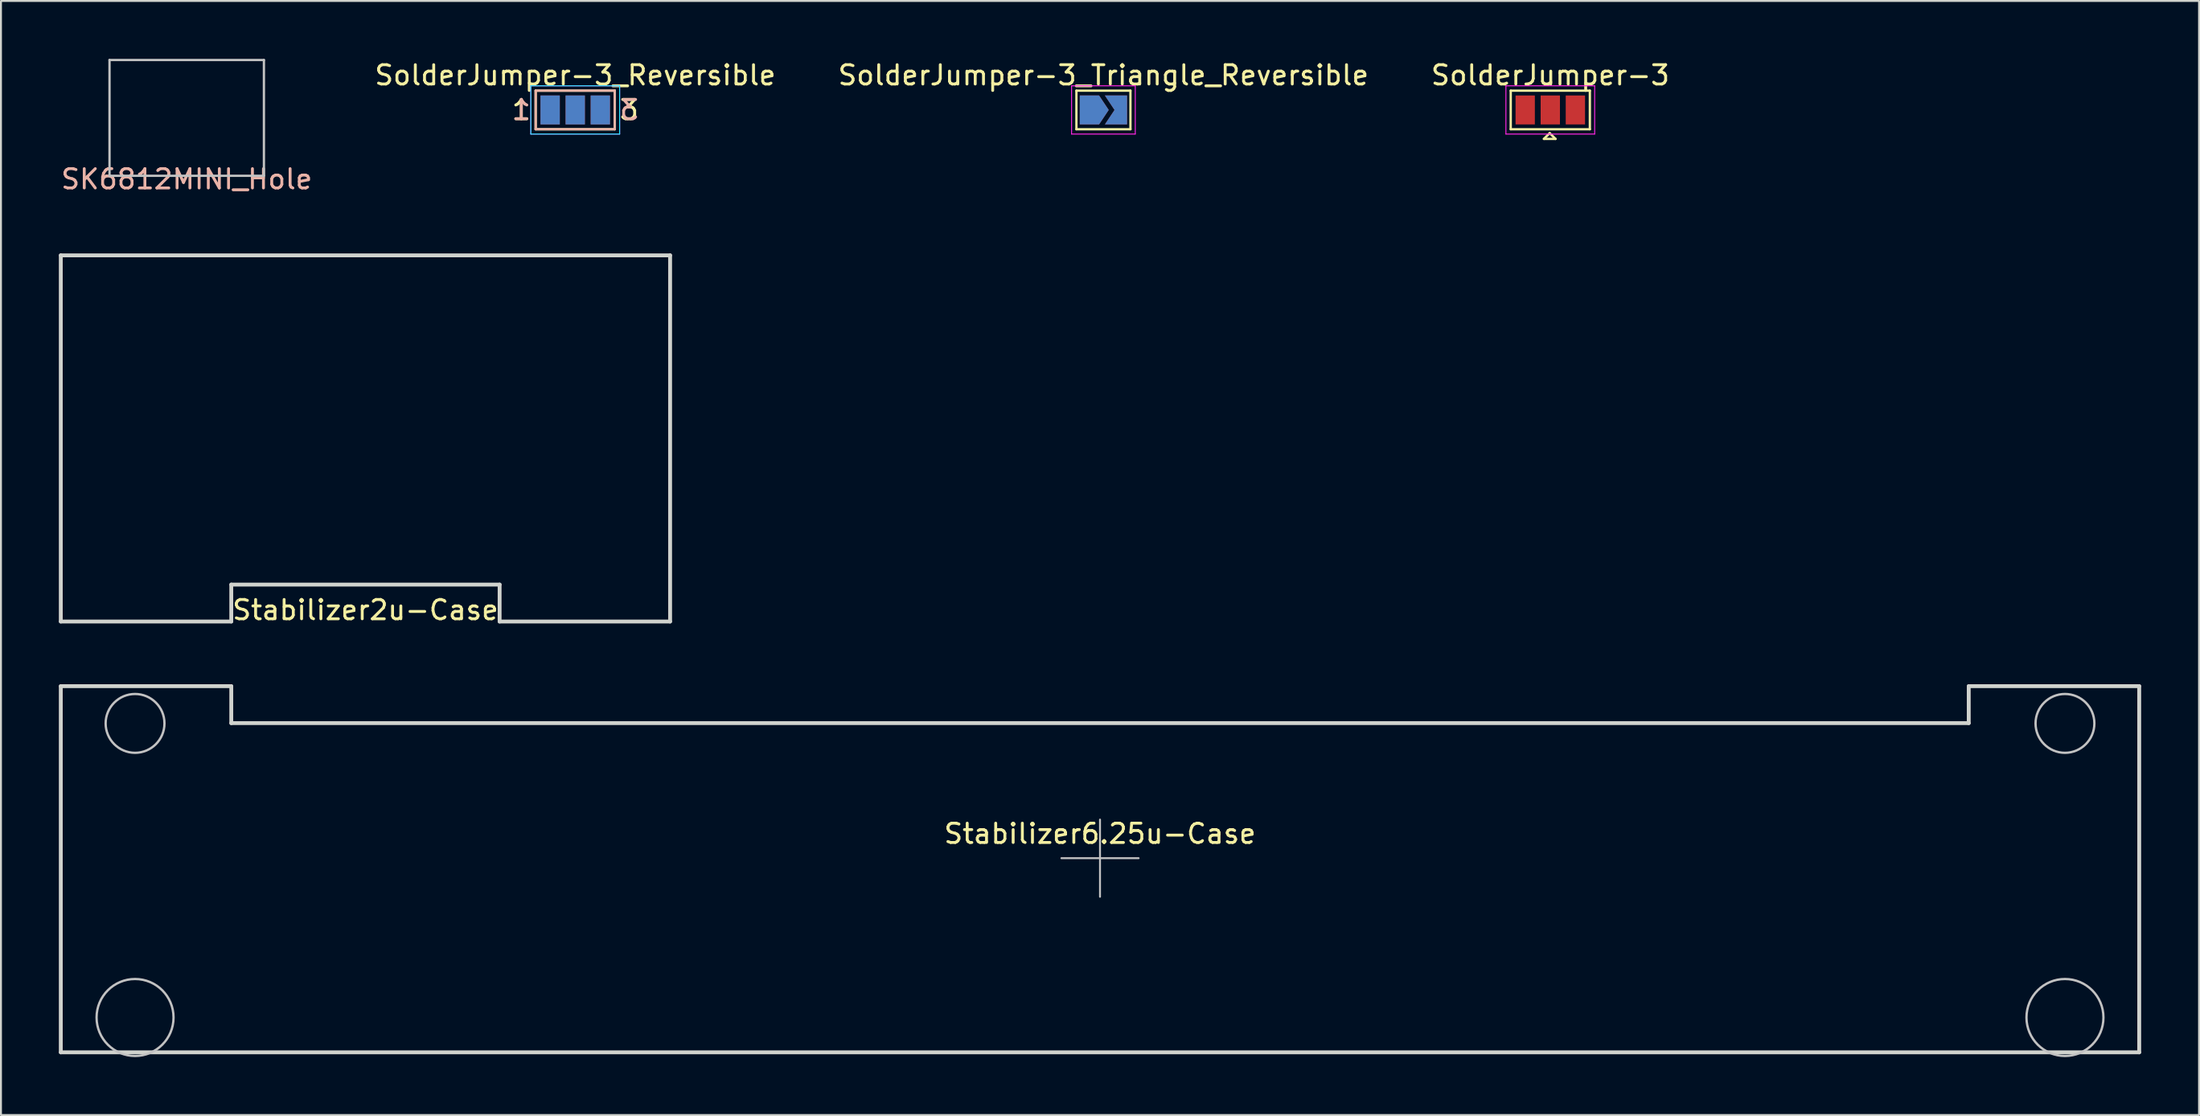
<source format=kicad_pcb>
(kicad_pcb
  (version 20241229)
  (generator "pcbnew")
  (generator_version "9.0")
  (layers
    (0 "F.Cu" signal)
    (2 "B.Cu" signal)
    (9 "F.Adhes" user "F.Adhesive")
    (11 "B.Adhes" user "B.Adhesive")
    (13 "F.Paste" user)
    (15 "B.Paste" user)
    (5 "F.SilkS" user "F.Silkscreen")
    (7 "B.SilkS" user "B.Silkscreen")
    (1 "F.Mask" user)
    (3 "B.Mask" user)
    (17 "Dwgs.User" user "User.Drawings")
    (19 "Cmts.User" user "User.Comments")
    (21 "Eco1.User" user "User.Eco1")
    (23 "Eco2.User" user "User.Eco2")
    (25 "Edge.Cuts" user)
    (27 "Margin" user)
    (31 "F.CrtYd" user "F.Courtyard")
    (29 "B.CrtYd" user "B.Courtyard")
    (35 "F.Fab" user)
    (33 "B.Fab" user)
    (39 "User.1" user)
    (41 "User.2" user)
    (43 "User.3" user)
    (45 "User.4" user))
  (footprint "SolderJumper-3"
    (layer "F.Cu")
    (at 77.28 2.648)
    (property "Reference" "SolderJumper-3" (at 0 -1.8 0) (layer "F.SilkS") (effects (font (size 1 1) (thickness 0.15))))
    (attr exclude_from_pos_files exclude_from_bom)
    (fp_line (start -2.05 -1) (end 2.05 -1) (stroke (width 0.12) (type solid)) (layer "F.SilkS"))
    (fp_line (start -2.05 1) (end -2.05 -1) (stroke (width 0.12) (type solid)) (layer "F.SilkS"))
    (fp_line (start -0.33 1.5) (end 0.27 1.5) (stroke (width 0.12) (type solid)) (layer "F.SilkS"))
    (fp_line (start -0.03 1.2) (end -0.33 1.5) (stroke (width 0.12) (type solid)) (layer "F.SilkS"))
    (fp_line (start -0.03 1.2) (end 0.27 1.5) (stroke (width 0.12) (type solid)) (layer "F.SilkS"))
    (fp_line (start 2.05 -1) (end 2.05 1) (stroke (width 0.12) (type solid)) (layer "F.SilkS"))
    (fp_line (start 2.05 1) (end -2.05 1) (stroke (width 0.12) (type solid)) (layer "F.SilkS"))
    (fp_line (start -2.3 -1.25) (end -2.3 1.25) (stroke (width 0.05) (type solid)) (layer "F.CrtYd"))
    (fp_line (start -2.3 -1.25) (end 2.3 -1.25) (stroke (width 0.05) (type solid)) (layer "F.CrtYd"))
    (fp_line (start 2.3 1.25) (end -2.3 1.25) (stroke (width 0.05) (type solid)) (layer "F.CrtYd"))
    (fp_line (start 2.3 1.25) (end 2.3 -1.25) (stroke (width 0.05) (type solid)) (layer "F.CrtYd"))
    (pad "1" smd rect (at -1.3 0) (size 1 1.5) (layers "F.Cu" "F.Mask"))
    (pad "2" smd rect (at 0 0) (size 1 1.5) (layers "F.Cu" "F.Mask"))
    (pad "3" smd rect (at 1.3 0) (size 1 1.5) (layers "F.Cu" "F.Mask")))
  (footprint "SolderJumper-3_Reversible"
    (layer "F.Cu")
    (at 26.756 2.648)
    (property "Reference" "SolderJumper-3_Reversible" (at 0 -1.8 180) (layer "F.SilkS") (effects (font (size 1 1) (thickness 0.15))))
    (attr exclude_from_pos_files exclude_from_bom)
    (fp_line (start -2.05 -1) (end 2.05 -1) (stroke (width 0.12) (type solid)) (layer "F.SilkS"))
    (fp_line (start -2.05 1) (end -2.05 -1) (stroke (width 0.12) (type solid)) (layer "F.SilkS"))
    (fp_line (start 2.05 -1) (end 2.05 1) (stroke (width 0.12) (type solid)) (layer "F.SilkS"))
    (fp_line (start 2.05 1) (end -2.05 1) (stroke (width 0.12) (type solid)) (layer "F.SilkS"))
    (fp_line (start -2.05 -1) (end -2.05 1) (stroke (width 0.12) (type solid)) (layer "B.SilkS"))
    (fp_line (start -2.05 1) (end 2.05 1) (stroke (width 0.12) (type solid)) (layer "B.SilkS"))
    (fp_line (start 2.05 -1) (end -2.05 -1) (stroke (width 0.12) (type solid)) (layer "B.SilkS"))
    (fp_line (start 2.05 1) (end 2.05 -1) (stroke (width 0.12) (type solid)) (layer "B.SilkS"))
    (fp_line (start -2.3 1.25) (end -2.3 -1.25) (stroke (width 0.05) (type solid)) (layer "B.CrtYd"))
    (fp_line (start -2.3 1.25) (end 2.3 1.25) (stroke (width 0.05) (type solid)) (layer "B.CrtYd"))
    (fp_line (start 2.3 -1.25) (end -2.3 -1.25) (stroke (width 0.05) (type solid)) (layer "B.CrtYd"))
    (fp_line (start 2.3 -1.25) (end 2.3 1.25) (stroke (width 0.05) (type solid)) (layer "B.CrtYd"))
    (fp_line (start -2.3 -1.25) (end -2.3 1.25) (stroke (width 0.05) (type solid)) (layer "F.CrtYd"))
    (fp_line (start -2.3 -1.25) (end 2.3 -1.25) (stroke (width 0.05) (type solid)) (layer "F.CrtYd"))
    (fp_line (start 2.3 1.25) (end -2.3 1.25) (stroke (width 0.05) (type solid)) (layer "F.CrtYd"))
    (fp_line (start 2.3 1.25) (end 2.3 -1.25) (stroke (width 0.05) (type solid)) (layer "F.CrtYd"))
    (fp_text user "1" (at -2.794 0 180) (layer "F.SilkS") (effects (font (size 1 1) (thickness 0.15))))
    (fp_text user "3" (at 2.794 0 0) (layer "F.SilkS") (effects (font (size 1 1) (thickness 0.15))))
    (fp_text user "1" (at -2.794 0 180) (layer "B.SilkS") (effects (font (size 1 1) (thickness 0.15)) (justify mirror)))
    (fp_text user "3" (at 2.794 0 0) (layer "B.SilkS") (effects (font (size 1 1) (thickness 0.15)) (justify mirror)))
    (pad "1" smd rect (at -1.3 0) (size 1 1.5) (layers "F.Cu" "F.Mask"))
    (pad "1" smd rect (at -1.3 0 180) (size 1 1.5) (layers "B.Cu" "B.Mask"))
    (pad "2" smd rect (at 0 0) (size 1 1.5) (layers "F.Cu" "F.Mask"))
    (pad "2" smd rect (at 0 0 180) (size 1 1.5) (layers "B.Cu" "B.Mask"))
    (pad "3" smd rect (at 1.3 0) (size 1 1.5) (layers "F.Cu" "F.Mask"))
    (pad "3" smd rect (at 1.3 0 180) (size 1 1.5) (layers "B.Cu" "B.Mask")))
  (footprint "SK6812MINI_Hole"
    (layer "F.Cu")
    (at 6.625 3.06)
    (property "Reference" "SK6812MINI_Hole" (at 0 3.175 0) (unlocked yes) (layer "B.SilkS") (effects (font (size 1 1) (thickness 0.15))))
    (attr through_hole)
    (fp_line (start -4 -3) (end -4 3) (stroke (width 0.12) (type solid)) (layer "Dwgs.User"))
    (fp_line (start -4 3) (end 4 3) (stroke (width 0.12) (type solid)) (layer "Dwgs.User"))
    (fp_line (start 4 -3) (end -4 -3) (stroke (width 0.12) (type solid)) (layer "Dwgs.User"))
    (fp_line (start 4 3) (end 4 -3) (stroke (width 0.12) (type solid)) (layer "Dwgs.User")))
  (footprint "Stabilizer2u-Case"
    (layer "F.Cu")
    (at 15.886 19.67)
    (property "Reference" "Stabilizer2u-Case" (at 0 8.89 180) (layer "F.SilkS") (effects (font (size 1 1) (thickness 0.15))))
    (attr through_hole)
    (fp_line (start -15.786 9.487) (end -6.952 9.487) (stroke (width 0.2) (type solid)) (layer "Edge.Cuts"))
    (fp_line (start -15.786 -9.487) (end -15.786 9.487) (stroke (width 0.2) (type solid)) (layer "Edge.Cuts"))
    (fp_line (start -6.952 7.573) (end 6.952 7.573) (stroke (width 0.2) (type solid)) (layer "Edge.Cuts"))
    (fp_line (start -6.952 9.487) (end -6.952 7.573) (stroke (width 0.2) (type solid)) (layer "Edge.Cuts"))
    (fp_line (start 6.952 7.573) (end 6.952 9.487) (stroke (width 0.2) (type solid)) (layer "Edge.Cuts"))
    (fp_line (start 6.952 9.487) (end 15.786 9.487) (stroke (width 0.2) (type solid)) (layer "Edge.Cuts"))
    (fp_line (start 15.786 -9.487) (end -15.786 -9.487) (stroke (width 0.2) (type solid)) (layer "Edge.Cuts"))
    (fp_line (start 15.786 9.487) (end 15.786 -9.487) (stroke (width 0.2) (type solid)) (layer "Edge.Cuts")))
  (footprint "SolderJumper-3_Triangle_Reversible"
    (layer "F.Cu")
    (at 54.125 2.648)
    (property "Reference" "SolderJumper-3_Triangle_Reversible" (at 0 -1.8 0) (layer "F.SilkS") (effects (font (size 1 1) (thickness 0.15))))
    (attr exclude_from_pos_files exclude_from_bom)
    (fp_line (start -1.4 -1) (end 1.4 -1) (stroke (width 0.12) (type solid)) (layer "F.SilkS"))
    (fp_line (start -1.4 1) (end -1.4 -1) (stroke (width 0.12) (type solid)) (layer "F.SilkS"))
    (fp_line (start 1.4 -1) (end 1.4 1) (stroke (width 0.12) (type solid)) (layer "F.SilkS"))
    (fp_line (start 1.4 1) (end -1.4 1) (stroke (width 0.12) (type solid)) (layer "F.SilkS"))
    (fp_line (start -1.65 -1.25) (end -1.65 1.25) (stroke (width 0.05) (type solid)) (layer "F.CrtYd"))
    (fp_line (start -1.65 -1.25) (end 1.65 -1.25) (stroke (width 0.05) (type solid)) (layer "F.CrtYd"))
    (fp_line (start 1.65 1.25) (end -1.65 1.25) (stroke (width 0.05) (type solid)) (layer "F.CrtYd"))
    (fp_line (start 1.65 1.25) (end 1.65 -1.25) (stroke (width 0.05) (type solid)) (layer "F.CrtYd"))
    (pad "1" smd custom (at -0.725 0) (size 0.3 0.3) (layers "F.Cu" "F.Mask") (options (anchor rect)) (primitives (gr_poly (pts (xy -0.5 -0.75) (xy 0.5 -0.75) (xy 1 0) (xy 0.5 0.75) (xy -0.5 0.75)) (width 0) (fill yes))))
    (pad "2" smd custom (at 0.725 0) (size 0.3 0.3) (layers "F.Cu" "F.Mask") (options (anchor rect)) (primitives (gr_poly (pts (xy -0.65 -0.75) (xy 0.5 -0.75) (xy 0.5 0.75) (xy -0.65 0.75) (xy -0.15 0)) (width 0) (fill yes))))
    (pad "2" smd custom (at 0.725 0) (size 0.3 0.3) (layers "B.Cu" "B.Mask") (options (anchor rect)) (primitives (gr_poly (pts (xy -0.65 -0.75) (xy 0.5 -0.75) (xy 0.5 0.75) (xy -0.65 0.75) (xy -0.15 0)) (width 0) (fill yes))))
    (pad "3" smd custom (at -0.725 0) (size 0.3 0.3) (layers "B.Cu" "B.Mask") (options (anchor rect)) (primitives (gr_poly (pts (xy -0.5 -0.75) (xy 0.5 -0.75) (xy 1 0) (xy 0.5 0.75) (xy -0.5 0.75)) (width 0) (fill yes)))))
  (footprint "Stabilizer6.25u-Case"
    (layer "F.Cu")
    (at 53.948 41.421)
    (property "Reference" "Stabilizer6.25u-Case" (at 0 -1.27 0) (layer "F.SilkS") (effects (font (size 1 1) (thickness 0.15))))
    (attr exclude_from_pos_files exclude_from_bom)
    (fp_line (start -2 0) (end 2 0) (stroke (width 0.1) (type solid)) (layer "Dwgs.User"))
    (fp_line (start 0 2) (end 0 -2) (stroke (width 0.1) (type solid)) (layer "Dwgs.User"))
    (fp_circle (center -50 -6.985) (end -48.476 -6.985) (stroke (width 0.12) (type solid)) (fill no) (layer "Dwgs.User"))
    (fp_circle (center -50 8.255) (end -48.006 8.255) (stroke (width 0.12) (type solid)) (fill no) (layer "Dwgs.User"))
    (fp_circle (center 50 -6.985) (end 51.524 -6.985) (stroke (width 0.12) (type solid)) (fill no) (layer "Dwgs.User"))
    (fp_circle (center 50 8.255) (end 51.994 8.255) (stroke (width 0.12) (type solid)) (fill no) (layer "Dwgs.User"))
    (fp_line (start -53.848 -8.913) (end -53.848 10.06) (stroke (width 0.2) (type solid)) (layer "Edge.Cuts"))
    (fp_line (start -53.848 10.06) (end 53.848 10.06) (stroke (width 0.2) (type solid)) (layer "Edge.Cuts"))
    (fp_line (start -45.014 -8.913) (end -53.848 -8.913) (stroke (width 0.2) (type solid)) (layer "Edge.Cuts"))
    (fp_line (start -45.014 -7) (end -45.014 -8.913) (stroke (width 0.2) (type solid)) (layer "Edge.Cuts"))
    (fp_line (start 45.014 -8.913) (end 45.014 -7) (stroke (width 0.2) (type solid)) (layer "Edge.Cuts"))
    (fp_line (start 45.014 -7) (end -45.014 -7) (stroke (width 0.2) (type solid)) (layer "Edge.Cuts"))
    (fp_line (start 53.848 10.06) (end 53.848 -8.913) (stroke (width 0.2) (type solid)) (layer "Edge.Cuts"))
    (fp_line (start 53.848 -8.913) (end 45.014 -8.913) (stroke (width 0.2) (type solid)) (layer "Edge.Cuts")))
  (gr_rect
    (start -3 -3)
    (end 110.896 54.73)
    (stroke (width 0.1) (type default))
    (fill no)
    (layer "Edge.Cuts")))
</source>
